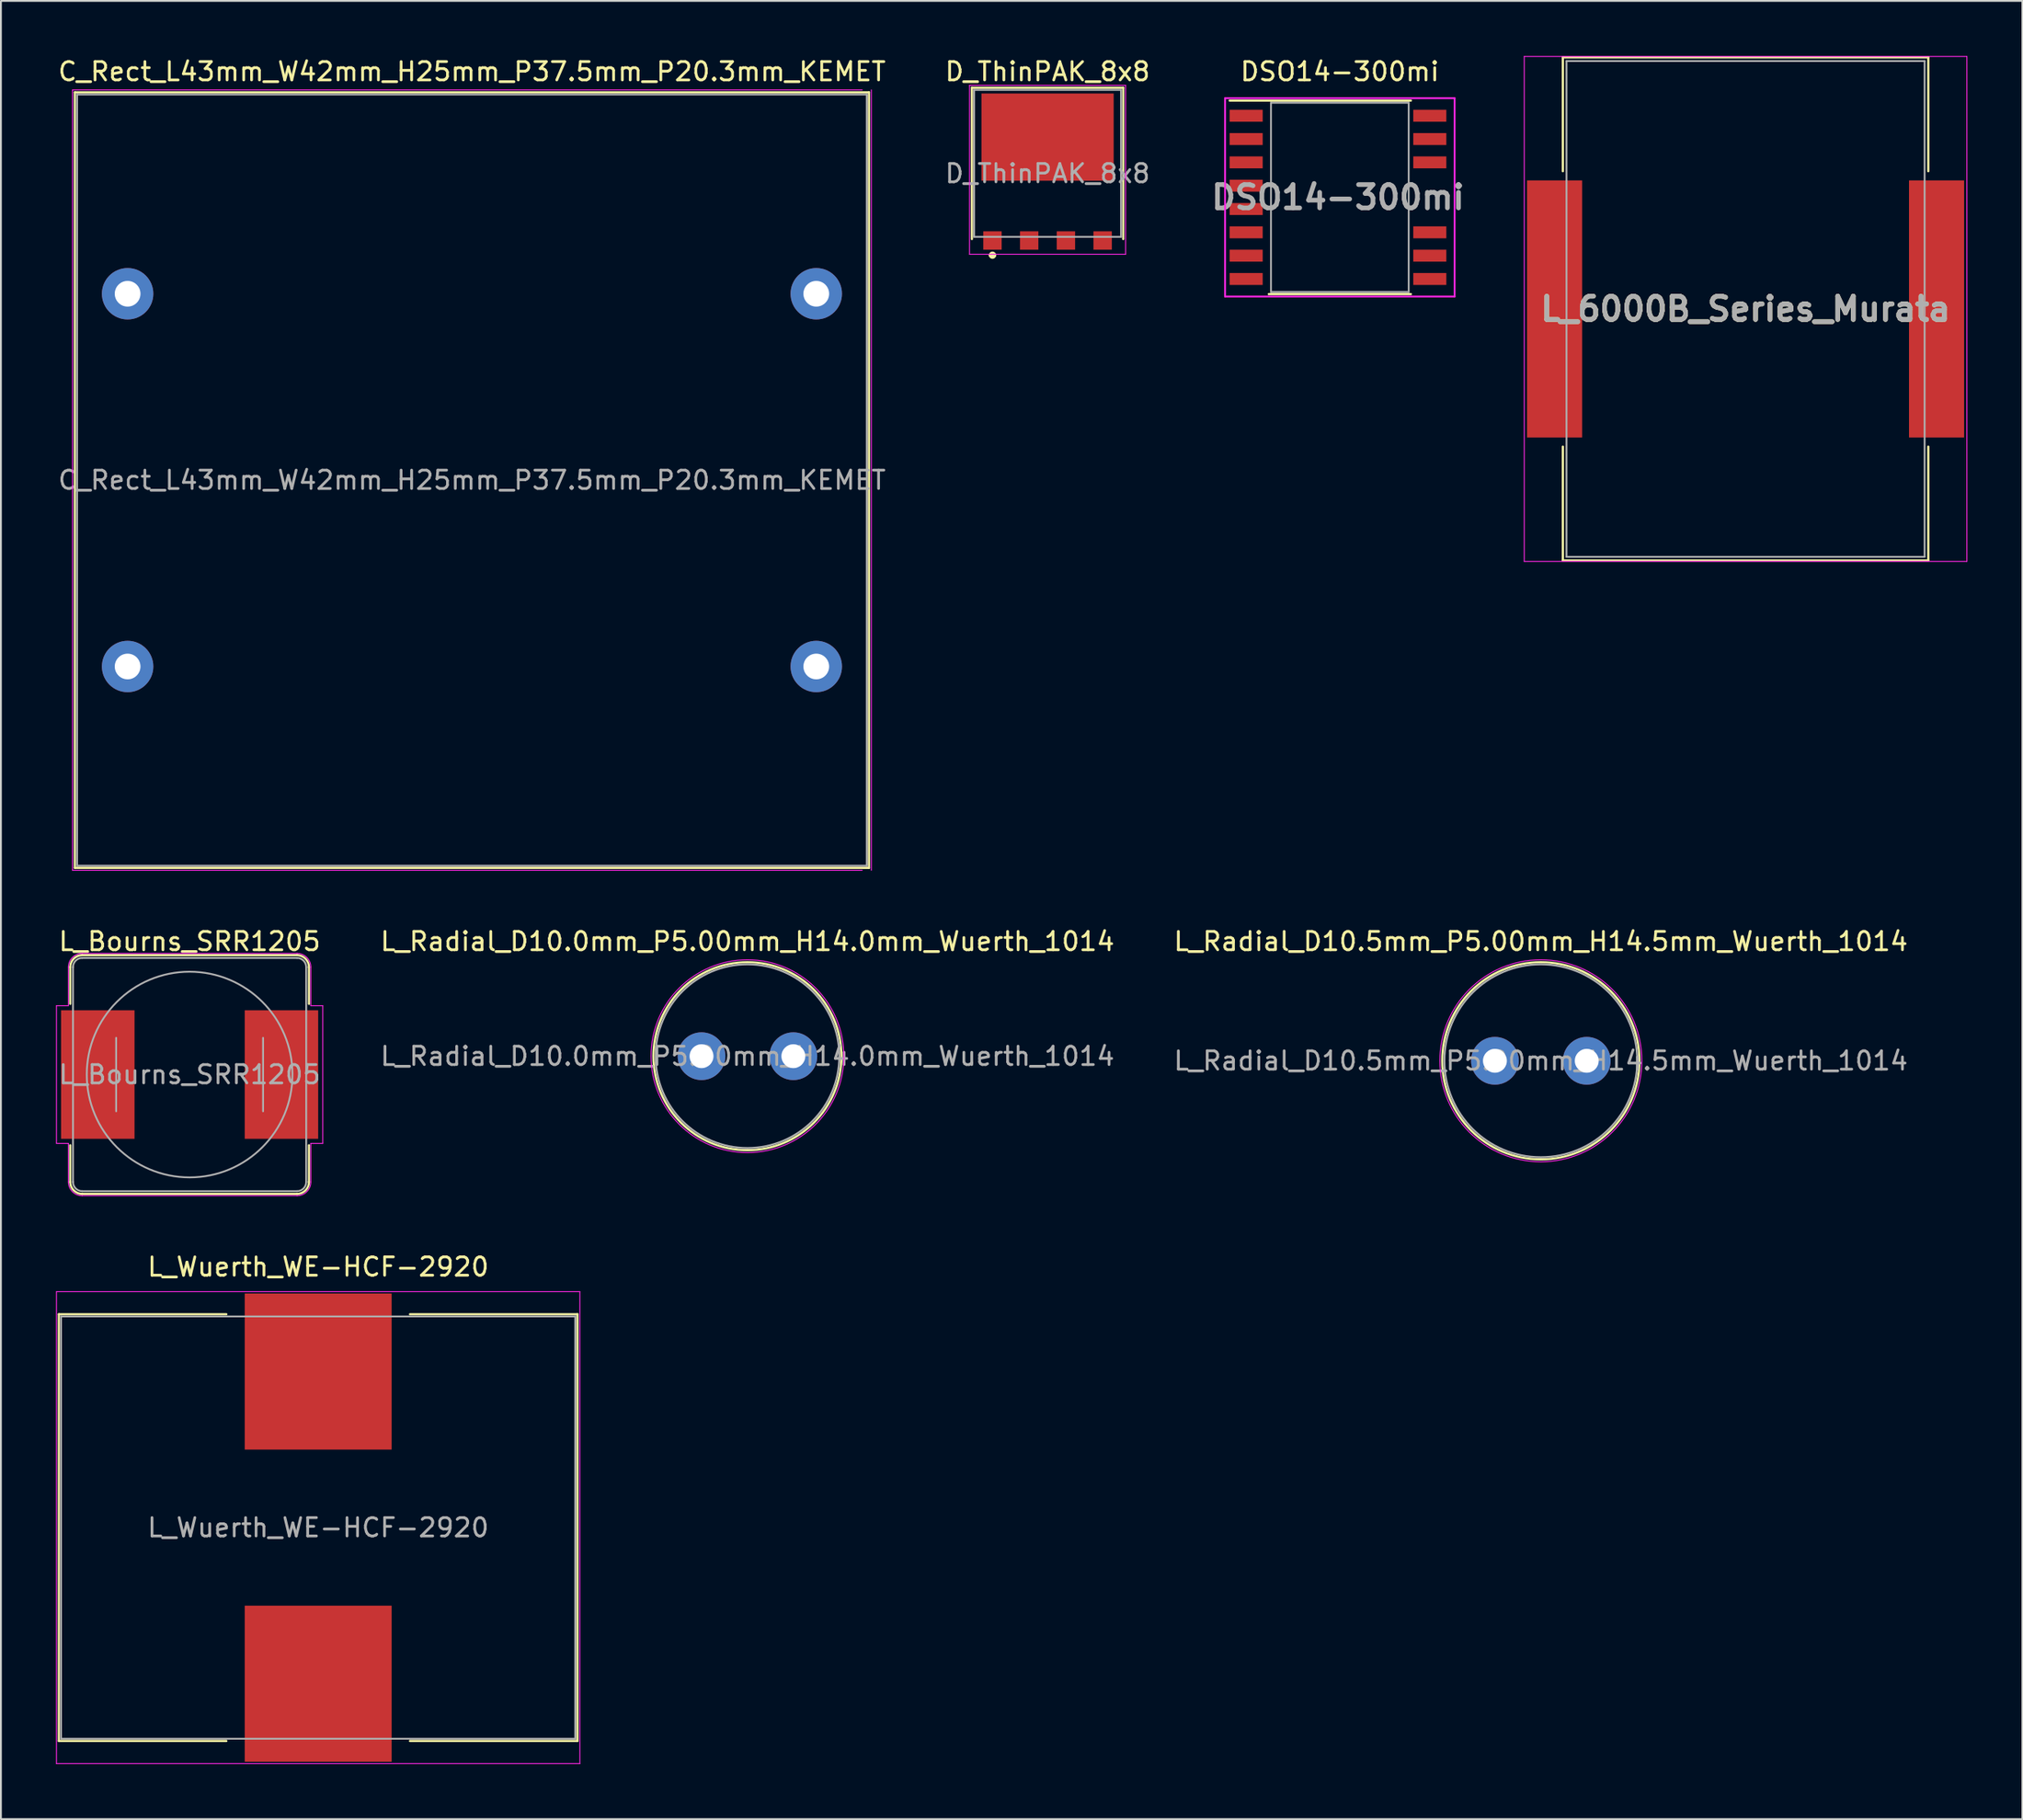
<source format=kicad_pcb>
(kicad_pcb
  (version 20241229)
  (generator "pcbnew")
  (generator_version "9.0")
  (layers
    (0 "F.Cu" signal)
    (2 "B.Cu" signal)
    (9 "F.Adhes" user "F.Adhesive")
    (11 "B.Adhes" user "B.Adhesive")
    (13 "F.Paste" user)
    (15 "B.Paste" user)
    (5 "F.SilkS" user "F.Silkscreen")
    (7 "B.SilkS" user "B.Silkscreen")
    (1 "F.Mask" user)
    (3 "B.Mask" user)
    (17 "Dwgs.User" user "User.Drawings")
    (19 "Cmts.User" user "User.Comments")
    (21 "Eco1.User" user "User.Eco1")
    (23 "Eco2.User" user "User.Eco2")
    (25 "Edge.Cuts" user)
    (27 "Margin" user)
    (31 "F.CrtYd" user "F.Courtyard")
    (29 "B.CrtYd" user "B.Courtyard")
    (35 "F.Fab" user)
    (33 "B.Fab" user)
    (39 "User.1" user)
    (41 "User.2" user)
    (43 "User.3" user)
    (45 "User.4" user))
  (footprint "L_Radial_D10.5mm_P5.00mm_H14.5mm_Wuerth_1014"
    (layer "F.Cu")
    (at 78.354 54.721)
    (property "Reference" "L_Radial_D10.5mm_P5.00mm_H14.5mm_Wuerth_1014" (at 2.5 -6.5 0) (layer "F.SilkS") (effects (font (size 1 1) (thickness 0.15))))
    (attr through_hole)
    (fp_circle (center 2.5 0) (end 7.87 0) (stroke (width 0.12) (type solid)) (fill no) (layer "F.SilkS"))
    (fp_circle (center 2.5 0) (end 8 0) (stroke (width 0.05) (type solid)) (fill no) (layer "F.CrtYd"))
    (fp_circle (center 2.5 0) (end 7.75 0) (stroke (width 0.1) (type solid)) (fill no) (layer "F.Fab"))
    (fp_text user "${REFERENCE}" (at 2.5 0 0) (layer "F.Fab") (effects (font (size 1 1) (thickness 0.15))))
    (pad "1" thru_hole circle (at 0 0) (size 2.6 2.6) (drill 1.3) (layers "*.Cu" "*.Mask"))
    (pad "2" thru_hole circle (at 5 0) (size 2.6 2.6) (drill 1.3) (layers "*.Cu" "*.Mask")))
  (footprint "L_Wuerth_WE-HCF-2920"
    (layer "F.Cu")
    (at 14.275 80.145)
    (property "Reference" "L_Wuerth_WE-HCF-2920" (at 0 -14.2 0) (layer "F.SilkS") (effects (font (size 1 1) (thickness 0.15))))
    (attr smd)
    (fp_line (start -14.12 -11.62) (end -14.12 11.62) (stroke (width 0.12) (type solid)) (layer "F.SilkS"))
    (fp_line (start -5 -11.62) (end -14.12 -11.62) (stroke (width 0.12) (type default)) (layer "F.SilkS"))
    (fp_line (start -5 11.62) (end -14.12 11.62) (stroke (width 0.12) (type default)) (layer "F.SilkS"))
    (fp_line (start 14.12 -11.62) (end 5 -11.62) (stroke (width 0.12) (type default)) (layer "F.SilkS"))
    (fp_line (start 14.12 11.62) (end 5 11.62) (stroke (width 0.12) (type default)) (layer "F.SilkS"))
    (fp_line (start 14.12 11.62) (end 14.12 -11.62) (stroke (width 0.12) (type solid)) (layer "F.SilkS"))
    (fp_line (start -14.25 -12.85) (end 14.25 -12.85) (stroke (width 0.05) (type solid)) (layer "F.CrtYd"))
    (fp_line (start -14.25 12.85) (end -14.25 -12.85) (stroke (width 0.05) (type solid)) (layer "F.CrtYd"))
    (fp_line (start 14.25 -12.85) (end 14.25 12.85) (stroke (width 0.05) (type solid)) (layer "F.CrtYd"))
    (fp_line (start 14.25 12.85) (end -14.25 12.85) (stroke (width 0.05) (type solid)) (layer "F.CrtYd"))
    (fp_line (start -14 -11.5) (end 14 -11.5) (stroke (width 0.1) (type solid)) (layer "F.Fab"))
    (fp_line (start -14 11.5) (end -14 -11.5) (stroke (width 0.1) (type solid)) (layer "F.Fab"))
    (fp_line (start 14 -11.5) (end 14 11.5) (stroke (width 0.1) (type solid)) (layer "F.Fab"))
    (fp_line (start 14 11.5) (end -14 11.5) (stroke (width 0.1) (type default)) (layer "F.Fab"))
    (fp_text user "${REFERENCE}" (at 0 0 0) (layer "F.Fab") (effects (font (size 1 1) (thickness 0.15))))
    (pad "1" smd rect (at 0 -8.5 90) (size 8.5 8) (layers "F.Cu" "F.Mask" "F.Paste"))
    (pad "2" smd rect (at 0 8.5) (size 8 8.5) (layers "F.Cu" "F.Mask" "F.Paste")))
  (footprint "C_Rect_L43mm_W42mm_H25mm_P37.5mm_P20.3mm_KEMET"
    (layer "F.Cu")
    (at 22.649 23.098)
    (property "Reference" "C_Rect_L43mm_W42mm_H25mm_P37.5mm_P20.3mm_KEMET" (at 0 -22.25 0) (layer "F.SilkS") (effects (font (size 1 1) (thickness 0.15))))
    (attr through_hole)
    (fp_line (start -21.62 -21.12) (end -21.62 21.12) (stroke (width 0.12) (type solid)) (layer "F.SilkS"))
    (fp_line (start -21.62 -21.12) (end 21.62 -21.12) (stroke (width 0.12) (type solid)) (layer "F.SilkS"))
    (fp_line (start -21.62 21.12) (end 21.62 21.12) (stroke (width 0.12) (type solid)) (layer "F.SilkS"))
    (fp_line (start 21.62 -21.12) (end 21.62 21.12) (stroke (width 0.12) (type solid)) (layer "F.SilkS"))
    (fp_line (start -21.75 -21.25) (end -21.75 21.25) (stroke (width 0.05) (type solid)) (layer "F.CrtYd"))
    (fp_line (start -21.75 21.25) (end 21.25 21.25) (stroke (width 0.05) (type solid)) (layer "F.CrtYd"))
    (fp_line (start 21.25 -21.25) (end -21.75 -21.25) (stroke (width 0.05) (type solid)) (layer "F.CrtYd"))
    (fp_line (start 21.75 21.25) (end 21.75 -21.25) (stroke (width 0.05) (type solid)) (layer "F.CrtYd"))
    (fp_line (start -21.5 -21) (end -21.5 21) (stroke (width 0.1) (type solid)) (layer "F.Fab"))
    (fp_line (start -21.5 21) (end 21.5 21) (stroke (width 0.1) (type solid)) (layer "F.Fab"))
    (fp_line (start 21.5 -21) (end -21.5 -21) (stroke (width 0.1) (type solid)) (layer "F.Fab"))
    (fp_line (start 21.5 21) (end 21.5 -21) (stroke (width 0.1) (type solid)) (layer "F.Fab"))
    (fp_text user "${REFERENCE}" (at 0 0 0) (layer "F.Fab") (effects (font (size 1 1) (thickness 0.15))))
    (pad "1" thru_hole circle (at -18.75 -10.15) (size 2.8 2.8) (drill 1.4) (layers "*.Cu" "*.Mask"))
    (pad "1" thru_hole circle (at -18.75 10.15) (size 2.8 2.8) (drill 1.4) (layers "*.Cu" "*.Mask"))
    (pad "2" thru_hole circle (at 18.75 -10.15) (size 2.8 2.8) (drill 1.4) (layers "*.Cu" "*.Mask"))
    (pad "2" thru_hole circle (at 18.75 10.15) (size 2.8 2.8) (drill 1.4) (layers "*.Cu" "*.Mask")))
  (footprint "DSO14-300mi"
    (layer "F.Cu")
    (at 69.909 7.698)
    (property "Reference" "DSO14-300mi" (at 0 -6.85 0) (layer "F.SilkS") (effects (font (size 1 1) (thickness 0.15))))
    (attr smd)
    (fp_line (start -3.87 5.27) (end 3.87 5.27) (stroke (width 0.12) (type solid)) (layer "F.SilkS"))
    (fp_line (start 3.87 -5.27) (end -6 -5.27) (stroke (width 0.12) (type solid)) (layer "F.SilkS"))
    (fp_line (start -6.25 -5.4) (end 6.25 -5.4) (stroke (width 0.1) (type solid)) (layer "F.CrtYd"))
    (fp_line (start -6.25 5.4) (end -6.25 -5.4) (stroke (width 0.1) (type solid)) (layer "F.CrtYd"))
    (fp_line (start 6.25 -5.4) (end 6.25 5.4) (stroke (width 0.1) (type solid)) (layer "F.CrtYd"))
    (fp_line (start 6.25 5.4) (end -6.25 5.4) (stroke (width 0.1) (type solid)) (layer "F.CrtYd"))
    (fp_line (start -3.75 -5.15) (end -3.75 5.15) (stroke (width 0.1) (type solid)) (layer "F.Fab"))
    (fp_line (start -3.75 5.15) (end 3.75 5.15) (stroke (width 0.1) (type solid)) (layer "F.Fab"))
    (fp_line (start 3.75 -5.15) (end -3.75 -5.15) (stroke (width 0.1) (type solid)) (layer "F.Fab"))
    (fp_line (start 3.75 5.15) (end 3.75 -5.15) (stroke (width 0.1) (type solid)) (layer "F.Fab"))
    (fp_text user "${REFERENCE}" (at -0.1 0 0) (layer "F.Fab") (effects (font (size 1.27 1.27) (thickness 0.254))))
    (pad "1" smd rect (at -5.1 -4.445 270) (size 0.65 1.8) (layers "F.Cu" "F.Mask" "F.Paste"))
    (pad "2" smd rect (at -5.1 -3.175 270) (size 0.65 1.8) (layers "F.Cu" "F.Mask" "F.Paste"))
    (pad "3" smd rect (at -5.1 -1.905 270) (size 0.65 1.8) (layers "F.Cu" "F.Mask" "F.Paste"))
    (pad "4" smd rect (at -5.1 -0.635 270) (size 0.65 1.8) (layers "F.Cu" "F.Mask" "F.Paste"))
    (pad "5" smd rect (at -5.1 0.635 270) (size 0.65 1.8) (layers "F.Cu" "F.Mask" "F.Paste"))
    (pad "6" smd rect (at -5.1 1.905 270) (size 0.65 1.8) (layers "F.Cu" "F.Mask" "F.Paste"))
    (pad "7" smd rect (at -5.1 3.175 270) (size 0.65 1.8) (layers "F.Cu" "F.Mask" "F.Paste"))
    (pad "8" smd rect (at -5.1 4.445 270) (size 0.65 1.8) (layers "F.Cu" "F.Mask" "F.Paste"))
    (pad "9" smd rect (at 4.9 4.445 270) (size 0.65 1.8) (layers "F.Cu" "F.Mask" "F.Paste"))
    (pad "10" smd rect (at 4.9 3.175 270) (size 0.65 1.8) (layers "F.Cu" "F.Mask" "F.Paste"))
    (pad "11" smd rect (at 4.9 1.905 270) (size 0.65 1.8) (layers "F.Cu" "F.Mask" "F.Paste"))
    (pad "12" smd rect (at 4.9 -1.905 270) (size 0.65 1.8) (layers "F.Cu" "F.Mask" "F.Paste"))
    (pad "13" smd rect (at 4.9 -3.175 270) (size 0.65 1.8) (layers "F.Cu" "F.Mask" "F.Paste"))
    (pad "14" smd rect (at 4.9 -4.445 270) (size 0.65 1.8) (layers "F.Cu" "F.Mask" "F.Paste")))
  (footprint "L_6000B_Series_Murata"
    (layer "F.Cu")
    (at 92.002 13.775)
    (property "Reference" "L_6000B_Series_Murata" (at 0 0 0) (layer "F.SilkS") (effects (font (size 1.27 1.27) (thickness 0.254))))
    (attr smd)
    (fp_line (start -9.95 -13.7) (end 9.95 -13.7) (stroke (width 0.12) (type solid)) (layer "F.SilkS"))
    (fp_line (start -9.95 -7.5) (end -9.95 -13.7) (stroke (width 0.12) (type solid)) (layer "F.SilkS"))
    (fp_line (start -9.95 7.5) (end -9.95 13.7) (stroke (width 0.12) (type solid)) (layer "F.SilkS"))
    (fp_line (start -9.95 13.7) (end 9.95 13.7) (stroke (width 0.12) (type solid)) (layer "F.SilkS"))
    (fp_line (start 9.95 -13.7) (end 9.95 -7.5) (stroke (width 0.12) (type solid)) (layer "F.SilkS"))
    (fp_line (start 9.95 13.7) (end 9.95 7.5) (stroke (width 0.12) (type solid)) (layer "F.SilkS"))
    (fp_line (start -12.05 -13.75) (end 12.05 -13.75) (stroke (width 0.05) (type solid)) (layer "F.CrtYd"))
    (fp_line (start -12.05 13.75) (end -12.05 -13.75) (stroke (width 0.05) (type solid)) (layer "F.CrtYd"))
    (fp_line (start 12.05 -13.75) (end 12.05 13.75) (stroke (width 0.05) (type solid)) (layer "F.CrtYd"))
    (fp_line (start 12.05 13.75) (end -12.05 13.75) (stroke (width 0.05) (type solid)) (layer "F.CrtYd"))
    (fp_line (start -9.75 -13.5) (end 9.75 -13.5) (stroke (width 0.1) (type solid)) (layer "F.Fab"))
    (fp_line (start -9.75 13.5) (end -9.75 -13.5) (stroke (width 0.1) (type solid)) (layer "F.Fab"))
    (fp_line (start 9.75 -13.5) (end 9.75 13.5) (stroke (width 0.1) (type solid)) (layer "F.Fab"))
    (fp_line (start 9.75 13.5) (end -9.75 13.5) (stroke (width 0.1) (type solid)) (layer "F.Fab"))
    (fp_text user "${REFERENCE}" (at 0 0 0) (layer "F.Fab") (effects (font (size 1.27 1.27) (thickness 0.254))))
    (pad "1" smd rect (at -10.4 0) (size 3 14) (layers "F.Cu" "F.Mask" "F.Paste"))
    (pad "2" smd rect (at 10.4 0) (size 3 14) (layers "F.Cu" "F.Mask" "F.Paste")))
  (footprint "L_Bourns_SRR1205"
    (layer "F.Cu")
    (at 7.275 55.471)
    (property "Reference" "L_Bourns_SRR1205" (at 0 -7.25 0) (layer "F.SilkS") (effects (font (size 1 1) (thickness 0.15))))
    (attr smd)
    (fp_line (start -6.5 -5.85) (end -6.5 -3.85) (stroke (width 0.12) (type solid)) (layer "F.SilkS"))
    (fp_line (start -6.5 3.85) (end -6.5 5.85) (stroke (width 0.12) (type solid)) (layer "F.SilkS"))
    (fp_line (start -5.85 -6.5) (end 5.85 -6.5) (stroke (width 0.12) (type solid)) (layer "F.SilkS"))
    (fp_line (start 5.85 6.5) (end -5.85 6.5) (stroke (width 0.12) (type solid)) (layer "F.SilkS"))
    (fp_line (start 6.5 -5.85) (end 6.5 -3.85) (stroke (width 0.12) (type solid)) (layer "F.SilkS"))
    (fp_line (start 6.5 3.85) (end 6.5 5.85) (stroke (width 0.12) (type solid)) (layer "F.SilkS"))
    (fp_arc (start -6.5 -5.85) (mid -6.309619 -6.309619) (end -5.85 -6.5) (stroke (width 0.12) (type solid)) (layer "F.SilkS"))
    (fp_arc (start -5.85 6.5) (mid -6.309619 6.309619) (end -6.5 5.85) (stroke (width 0.12) (type solid)) (layer "F.SilkS"))
    (fp_arc (start 5.85 -6.5) (mid 6.309619 -6.309619) (end 6.5 -5.85) (stroke (width 0.12) (type solid)) (layer "F.SilkS"))
    (fp_arc (start 6.5 5.85) (mid 6.309619 6.309619) (end 5.85 6.5) (stroke (width 0.12) (type solid)) (layer "F.SilkS"))
    (fp_line (start -7.25 3.75) (end -7.25 -3.75) (stroke (width 0.05) (type solid)) (layer "F.CrtYd"))
    (fp_line (start -6.6 -3.75) (end -7.25 -3.75) (stroke (width 0.05) (type solid)) (layer "F.CrtYd"))
    (fp_line (start -6.6 -3.75) (end -6.6 -5.85) (stroke (width 0.05) (type solid)) (layer "F.CrtYd"))
    (fp_line (start -6.6 3.75) (end -7.25 3.75) (stroke (width 0.05) (type solid)) (layer "F.CrtYd"))
    (fp_line (start -6.6 5.85) (end -6.6 3.75) (stroke (width 0.05) (type solid)) (layer "F.CrtYd"))
    (fp_line (start -5.85 -6.6) (end 5.85 -6.6) (stroke (width 0.05) (type solid)) (layer "F.CrtYd"))
    (fp_line (start 5.85 6.6) (end -5.85 6.6) (stroke (width 0.05) (type solid)) (layer "F.CrtYd"))
    (fp_line (start 6.6 -3.75) (end 6.6 -5.85) (stroke (width 0.05) (type solid)) (layer "F.CrtYd"))
    (fp_line (start 6.6 5.85) (end 6.6 3.75) (stroke (width 0.05) (type solid)) (layer "F.CrtYd"))
    (fp_line (start 7.25 -3.75) (end 6.6 -3.75) (stroke (width 0.05) (type solid)) (layer "F.CrtYd"))
    (fp_line (start 7.25 3.75) (end 6.6 3.75) (stroke (width 0.05) (type solid)) (layer "F.CrtYd"))
    (fp_line (start 7.25 3.75) (end 7.25 -3.75) (stroke (width 0.05) (type solid)) (layer "F.CrtYd"))
    (fp_arc (start -6.6 -5.85) (mid -6.38033 -6.38033) (end -5.85 -6.6) (stroke (width 0.05) (type solid)) (layer "F.CrtYd"))
    (fp_arc (start -5.85 6.6) (mid -6.38033 6.38033) (end -6.6 5.85) (stroke (width 0.05) (type solid)) (layer "F.CrtYd"))
    (fp_arc (start 5.85 -6.6) (mid 6.38033 -6.38033) (end 6.6 -5.85) (stroke (width 0.05) (type solid)) (layer "F.CrtYd"))
    (fp_arc (start 6.6 5.85) (mid 6.38033 6.38033) (end 5.85 6.6) (stroke (width 0.05) (type solid)) (layer "F.CrtYd"))
    (fp_line (start -6.35 -5.85) (end -6.35 5.85) (stroke (width 0.1) (type solid)) (layer "F.Fab"))
    (fp_line (start -5.85 -6.35) (end 5.85 -6.35) (stroke (width 0.1) (type solid)) (layer "F.Fab"))
    (fp_line (start -4 2) (end -4 -2) (stroke (width 0.1) (type solid)) (layer "F.Fab"))
    (fp_line (start 4 -2) (end 4 2) (stroke (width 0.1) (type solid)) (layer "F.Fab"))
    (fp_line (start 5.85 6.35) (end -5.85 6.35) (stroke (width 0.1) (type solid)) (layer "F.Fab"))
    (fp_line (start 6.35 -5.85) (end 6.35 5.85) (stroke (width 0.1) (type solid)) (layer "F.Fab"))
    (fp_arc (start -6.35 -5.85) (mid -6.203553 -6.203553) (end -5.85 -6.35) (stroke (width 0.1) (type solid)) (layer "F.Fab"))
    (fp_arc (start -5.85 6.35) (mid -6.203553 6.203553) (end -6.35 5.85) (stroke (width 0.1) (type solid)) (layer "F.Fab"))
    (fp_arc (start 5.85 -6.35) (mid 6.203554 -6.203554) (end 6.35 -5.85) (stroke (width 0.1) (type solid)) (layer "F.Fab"))
    (fp_arc (start 6.35 5.85) (mid 6.203554 6.203554) (end 5.85 6.35) (stroke (width 0.1) (type solid)) (layer "F.Fab"))
    (fp_circle (center 0 0) (end 0 -5.6) (stroke (width 0.1) (type solid)) (fill no) (layer "F.Fab"))
    (fp_text user "${REFERENCE}" (at 0 0 0) (layer "F.Fab") (effects (font (size 1 1) (thickness 0.15))))
    (pad "1" smd rect (at -5 0) (size 4 7) (layers "F.Cu" "F.Mask" "F.Paste"))
    (pad "2" smd rect (at 5 0) (size 4 7) (layers "F.Cu" "F.Mask" "F.Paste")))
  (footprint "D_ThinPAK_8x8"
    (layer "F.Cu")
    (at 53.994 5.848)
    (property "Reference" "D_ThinPAK_8x8" (at 0 -5 0) (layer "F.SilkS") (effects (font (size 1 1) (thickness 0.15))))
    (attr smd)
    (fp_line (start -4.12 -4.12) (end 4.12 -4.12) (stroke (width 0.12) (type solid)) (layer "F.SilkS"))
    (fp_line (start -4.12 4.12) (end -4.12 -4.12) (stroke (width 0.12) (type solid)) (layer "F.SilkS"))
    (fp_line (start -3.1 5) (end -3.1 5) (stroke (width 0.2) (type solid)) (layer "F.SilkS"))
    (fp_line (start -2.9 5) (end -2.9 5) (stroke (width 0.2) (type solid)) (layer "F.SilkS"))
    (fp_line (start 4.12 -4.12) (end 4.12 4.12) (stroke (width 0.12) (type solid)) (layer "F.SilkS"))
    (fp_arc (start -3.1 5) (mid -3 4.9) (end -2.9 5) (stroke (width 0.2) (type solid)) (layer "F.SilkS"))
    (fp_arc (start -2.9 5) (mid -3 5.1) (end -3.1 5) (stroke (width 0.2) (type solid)) (layer "F.SilkS"))
    (fp_line (start -4.25 -4.25) (end -4.25 4.95) (stroke (width 0.05) (type default)) (layer "F.CrtYd"))
    (fp_line (start -4.25 -4.25) (end 4.25 -4.25) (stroke (width 0.05) (type default)) (layer "F.CrtYd"))
    (fp_line (start -4.25 4.95) (end 4.25 4.95) (stroke (width 0.05) (type default)) (layer "F.CrtYd"))
    (fp_line (start 4.25 -4.25) (end 4.25 4.95) (stroke (width 0.05) (type default)) (layer "F.CrtYd"))
    (fp_line (start -4 -4) (end 4 -4) (stroke (width 0.1) (type solid)) (layer "F.Fab"))
    (fp_line (start -4 4) (end -4 -4) (stroke (width 0.1) (type solid)) (layer "F.Fab"))
    (fp_line (start 4 -4) (end 4 4) (stroke (width 0.1) (type solid)) (layer "F.Fab"))
    (fp_line (start 4 4) (end -4 4) (stroke (width 0.1) (type solid)) (layer "F.Fab"))
    (fp_text user "${REFERENCE}" (at 0 0.55 0) (layer "F.Fab") (effects (font (size 1 1) (thickness 0.15))))
    (pad "1" smd rect (at 0 -1.43 90) (size 4.75 7.2) (layers "F.Cu" "F.Mask" "F.Paste"))
    (pad "2" smd rect (at -3 4.2 90) (size 1 1) (layers "F.Cu" "F.Mask" "F.Paste"))
    (pad "2" smd rect (at -1 4.2 90) (size 1 1) (layers "F.Cu" "F.Mask" "F.Paste"))
    (pad "NC" smd rect (at 1 4.2 90) (size 1 1) (layers "F.Cu" "F.Mask" "F.Paste"))
    (pad "NC" smd rect (at 3 4.2 90) (size 1 1) (layers "F.Cu" "F.Mask" "F.Paste")))
  (footprint "L_Radial_D10.0mm_P5.00mm_H14.0mm_Wuerth_1014"
    (layer "F.Cu")
    (at 35.151 54.471)
    (property "Reference" "L_Radial_D10.0mm_P5.00mm_H14.0mm_Wuerth_1014" (at 2.5 -6.25 0) (layer "F.SilkS") (effects (font (size 1 1) (thickness 0.15))))
    (attr through_hole)
    (fp_circle (center 2.5 0) (end 7.62 0) (stroke (width 0.12) (type solid)) (fill no) (layer "F.SilkS"))
    (fp_circle (center 2.5 0) (end 7.75 0) (stroke (width 0.05) (type solid)) (fill no) (layer "F.CrtYd"))
    (fp_circle (center 2.5 0) (end 7.5 0) (stroke (width 0.1) (type solid)) (fill no) (layer "F.Fab"))
    (fp_text user "${REFERENCE}" (at 2.5 0 0) (layer "F.Fab") (effects (font (size 1 1) (thickness 0.15))))
    (pad "1" thru_hole circle (at 0 0) (size 2.6 2.6) (drill 1.3) (layers "*.Cu" "*.Mask"))
    (pad "2" thru_hole circle (at 5 0) (size 2.6 2.6) (drill 1.3) (layers "*.Cu" "*.Mask")))
  (gr_rect
    (start -3 -3)
    (end 107.077 96.02)
    (stroke (width 0.1) (type default))
    (fill no)
    (layer "Edge.Cuts")))
</source>
